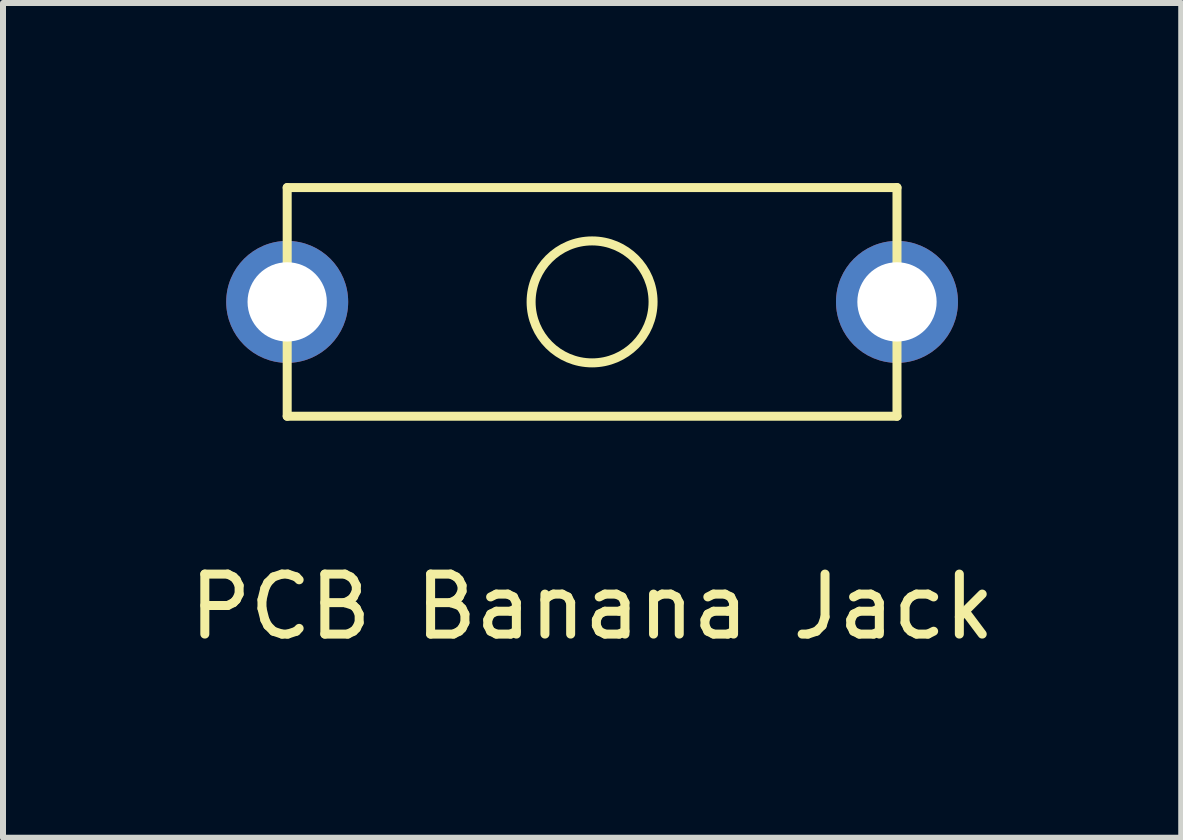
<source format=kicad_pcb>
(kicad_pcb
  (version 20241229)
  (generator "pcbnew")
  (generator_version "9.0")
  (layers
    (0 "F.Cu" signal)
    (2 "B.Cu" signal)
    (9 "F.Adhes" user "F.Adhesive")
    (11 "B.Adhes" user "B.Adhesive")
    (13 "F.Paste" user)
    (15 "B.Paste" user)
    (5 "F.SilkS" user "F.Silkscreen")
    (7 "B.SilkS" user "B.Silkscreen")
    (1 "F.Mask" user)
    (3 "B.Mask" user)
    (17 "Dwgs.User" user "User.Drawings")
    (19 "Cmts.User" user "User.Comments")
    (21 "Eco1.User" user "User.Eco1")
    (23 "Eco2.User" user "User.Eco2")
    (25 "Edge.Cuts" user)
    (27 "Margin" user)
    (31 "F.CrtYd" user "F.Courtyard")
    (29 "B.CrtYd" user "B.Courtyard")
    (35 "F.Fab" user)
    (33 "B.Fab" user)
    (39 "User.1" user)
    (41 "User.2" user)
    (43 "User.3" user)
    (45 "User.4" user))
  (footprint "PCB Banana Jack"
    (layer "F.Cu")
    (at 6.815 1.98)
    (property "Reference" "PCB Banana Jack" (at 0 5.08 0) (layer "F.SilkS") (effects (font (size 1 1) (thickness 0.15))))
    (attr through_hole)
    (fp_line (start -5.08 -1.905) (end -5.08 1.905) (stroke (width 0.15) (type solid)) (layer "F.SilkS"))
    (fp_line (start -5.08 1.905) (end 5.08 1.905) (stroke (width 0.15) (type solid)) (layer "F.SilkS"))
    (fp_line (start 5.08 -1.905) (end -5.08 -1.905) (stroke (width 0.15) (type solid)) (layer "F.SilkS"))
    (fp_line (start 5.08 1.905) (end 5.08 -1.905) (stroke (width 0.15) (type solid)) (layer "F.SilkS"))
    (fp_circle (center 0 0) (end 1.016 0) (stroke (width 0.15) (type solid)) (fill no) (layer "F.SilkS"))
    (pad "1" thru_hole circle (at -5.08 0) (size 2.032 2.032) (drill 1.321) (layers "*.Cu" "*.Mask"))
    (pad "1" thru_hole circle (at 5.08 0) (size 2.032 2.032) (drill 1.321) (layers "*.Cu" "*.Mask")))
  (gr_rect
    (start -3 -3)
    (end 16.631 10.908)
    (stroke (width 0.1) (type default))
    (fill no)
    (layer "Edge.Cuts")))
</source>
